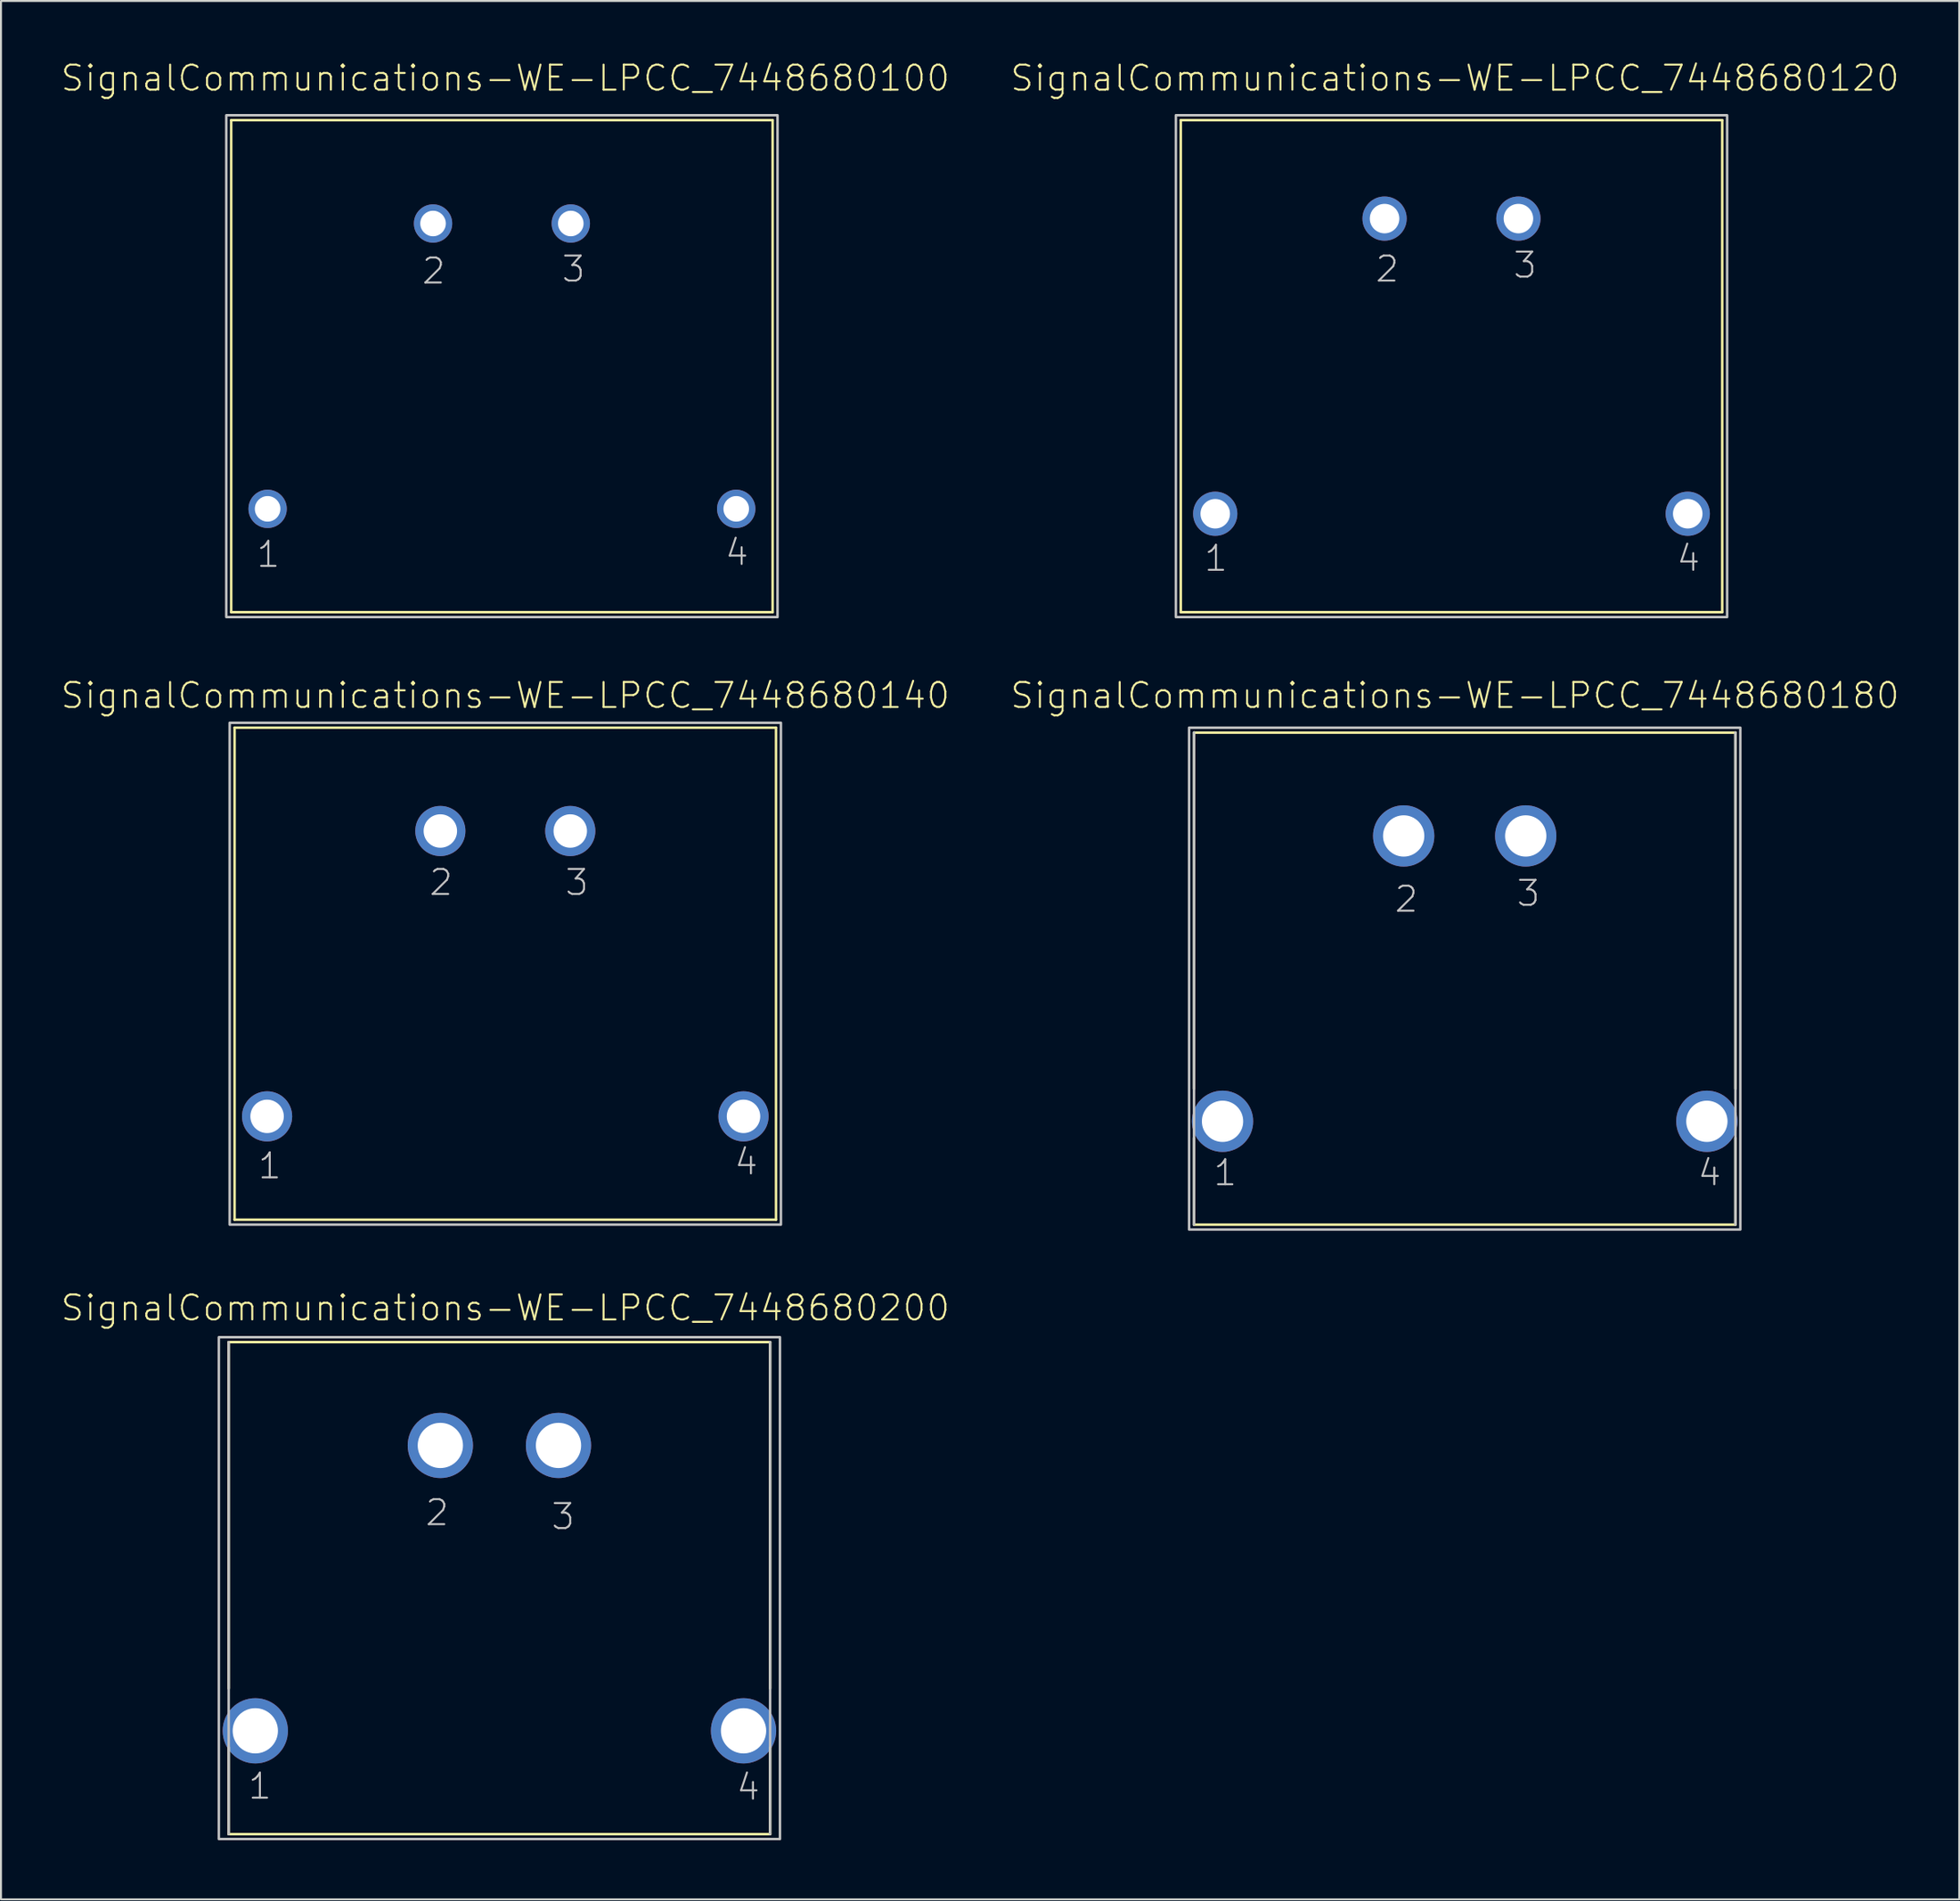
<source format=kicad_pcb>
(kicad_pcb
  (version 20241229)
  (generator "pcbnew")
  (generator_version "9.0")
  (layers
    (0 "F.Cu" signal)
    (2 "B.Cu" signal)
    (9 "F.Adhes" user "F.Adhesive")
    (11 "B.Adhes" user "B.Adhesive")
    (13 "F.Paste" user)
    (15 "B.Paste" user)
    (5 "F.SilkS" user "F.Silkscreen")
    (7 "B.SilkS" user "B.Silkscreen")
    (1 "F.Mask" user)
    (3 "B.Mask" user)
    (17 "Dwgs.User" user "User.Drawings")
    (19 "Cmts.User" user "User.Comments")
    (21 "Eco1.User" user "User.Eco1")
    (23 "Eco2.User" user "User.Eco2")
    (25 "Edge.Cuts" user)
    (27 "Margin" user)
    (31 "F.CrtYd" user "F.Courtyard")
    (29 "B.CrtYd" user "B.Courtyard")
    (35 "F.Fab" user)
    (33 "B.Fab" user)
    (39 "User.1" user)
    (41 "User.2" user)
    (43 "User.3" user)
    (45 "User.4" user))
  (footprint "SignalCommunications-WE-LPCC_7448680100"
    (layer "F.Cu")
    (at 22.441 15.554)
    (property "Reference" "SignalCommunications-WE-LPCC_7448680100" (at 0.173 -14.633 0) (layer "F.SilkS") (effects (font (size 1.27 1.27) (thickness 0.102))))
    (attr exclude_from_pos_files exclude_from_bom)
    (fp_line (start -13.749 -12.499) (end 13.749 -12.499) (stroke (width 0.127) (type solid)) (layer "F.SilkS"))
    (fp_line (start -13.749 12.499) (end -13.749 -12.499) (stroke (width 0.127) (type solid)) (layer "F.SilkS"))
    (fp_line (start 13.749 -12.499) (end 13.749 12.499) (stroke (width 0.127) (type solid)) (layer "F.SilkS"))
    (fp_line (start 13.749 12.499) (end -13.749 12.499) (stroke (width 0.127) (type solid)) (layer "F.SilkS"))
    (fp_poly (pts (xy -13.998 -12.748) (xy 13.998 -12.748) (xy 13.998 12.748) (xy -13.998 12.748) (xy -13.998 -12.748)) (stroke (width 0.127) (type solid)) (fill no) (layer "Dwgs.User"))
    (fp_text user "1" (at -11.864 9.563 0) (layer "Dwgs.User") (effects (font (size 1.27 1.27) (thickness 0.102))))
    (fp_text user "2" (at -3.465 -4.834 0) (layer "Dwgs.User") (effects (font (size 1.27 1.27) (thickness 0.102))))
    (fp_text user "3" (at 3.635 -4.933 0) (layer "Dwgs.User") (effects (font (size 1.27 1.27) (thickness 0.102))))
    (fp_text user "4" (at 11.933 9.464 0) (layer "Dwgs.User") (effects (font (size 1.27 1.27) (thickness 0.102))))
    (pad "1" thru_hole circle (at -11.9 7.249) (size 1.948 1.948) (drill 1.298) (layers "*.Cu" "*.Paste" "*.Mask"))
    (pad "2" thru_hole circle (at -3.498 -7.249) (size 1.948 1.948) (drill 1.298) (layers "*.Cu" "*.Paste" "*.Mask"))
    (pad "3" thru_hole circle (at 3.498 -7.249) (size 1.948 1.948) (drill 1.298) (layers "*.Cu" "*.Paste" "*.Mask"))
    (pad "4" thru_hole circle (at 11.9 7.249) (size 1.948 1.948) (drill 1.298) (layers "*.Cu" "*.Paste" "*.Mask")))
  (footprint "SignalCommunications-WE-LPCC_7448680180"
    (layer "F.Cu")
    (at 71.338 46.671)
    (property "Reference" "SignalCommunications-WE-LPCC_7448680180" (at -0.498 -14.384 0) (layer "F.SilkS") (effects (font (size 1.27 1.27) (thickness 0.102))))
    (attr exclude_from_pos_files exclude_from_bom)
    (fp_line (start -13.749 -12.499) (end -13.749 5.598) (stroke (width 0.127) (type solid)) (layer "F.SilkS"))
    (fp_line (start -13.749 -12.499) (end 13.749 -12.499) (stroke (width 0.127) (type solid)) (layer "F.SilkS"))
    (fp_line (start -13.749 8.098) (end -13.749 12.499) (stroke (width 0.127) (type solid)) (layer "F.SilkS"))
    (fp_line (start 13.749 -12.499) (end 13.749 5.598) (stroke (width 0.127) (type solid)) (layer "F.SilkS"))
    (fp_line (start 13.749 8.098) (end 13.749 12.499) (stroke (width 0.127) (type solid)) (layer "F.SilkS"))
    (fp_line (start 13.749 12.499) (end -13.749 12.499) (stroke (width 0.127) (type solid)) (layer "F.SilkS"))
    (fp_line (start -13.749 12.499) (end -13.749 -12.499) (stroke (width 0.127) (type solid)) (layer "Dwgs.User"))
    (fp_line (start 13.749 -12.499) (end 13.749 12.499) (stroke (width 0.127) (type solid)) (layer "Dwgs.User"))
    (fp_poly (pts (xy -13.998 -12.748) (xy 13.998 -12.748) (xy 13.998 12.748) (xy -13.998 12.748) (xy -13.998 -12.748)) (stroke (width 0.127) (type solid)) (fill no) (layer "Dwgs.User"))
    (fp_text user "1" (at -12.164 9.863 0) (layer "Dwgs.User") (effects (font (size 1.27 1.27) (thickness 0.102))))
    (fp_text user "2" (at -2.964 -4.034 0) (layer "Dwgs.User") (effects (font (size 1.27 1.27) (thickness 0.102))))
    (fp_text user "4" (at 12.433 9.863 0) (layer "Dwgs.User") (effects (font (size 1.27 1.27) (thickness 0.102))))
    (fp_text user "3" (at 3.233 -4.333 0) (layer "Dwgs.User") (effects (font (size 1.27 1.27) (thickness 0.102))))
    (pad "1" thru_hole circle (at -12.299 7.249) (size 3.114 3.114) (drill 2.098) (layers "*.Cu" "*.Paste" "*.Mask"))
    (pad "2" thru_hole circle (at -3.099 -7.249) (size 3.114 3.114) (drill 2.098) (layers "*.Cu" "*.Paste" "*.Mask"))
    (pad "3" thru_hole circle (at 3.099 -7.249) (size 3.114 3.114) (drill 2.098) (layers "*.Cu" "*.Paste" "*.Mask"))
    (pad "4" thru_hole circle (at 12.299 7.249) (size 3.114 3.114) (drill 2.098) (layers "*.Cu" "*.Paste" "*.Mask")))
  (footprint "SignalCommunications-WE-LPCC_7448680120"
    (layer "F.Cu")
    (at 70.667 15.554)
    (property "Reference" "SignalCommunications-WE-LPCC_7448680120" (at 0.173 -14.633 0) (layer "F.SilkS") (effects (font (size 1.27 1.27) (thickness 0.102))))
    (attr exclude_from_pos_files exclude_from_bom)
    (fp_line (start -13.749 -12.499) (end 13.749 -12.499) (stroke (width 0.127) (type solid)) (layer "F.SilkS"))
    (fp_line (start -13.749 12.499) (end -13.749 -12.499) (stroke (width 0.127) (type solid)) (layer "F.SilkS"))
    (fp_line (start 13.749 -12.499) (end 13.749 12.499) (stroke (width 0.127) (type solid)) (layer "F.SilkS"))
    (fp_line (start 13.749 12.499) (end -13.749 12.499) (stroke (width 0.127) (type solid)) (layer "F.SilkS"))
    (fp_poly (pts (xy -13.998 -12.748) (xy 13.998 -12.748) (xy 13.998 12.748) (xy -13.998 12.748) (xy -13.998 -12.748)) (stroke (width 0.127) (type solid)) (fill no) (layer "Dwgs.User"))
    (fp_text user "4" (at 12.035 9.764 0) (layer "Dwgs.User") (effects (font (size 1.27 1.27) (thickness 0.102))))
    (fp_text user "1" (at -11.963 9.764 0) (layer "Dwgs.User") (effects (font (size 1.27 1.27) (thickness 0.102))))
    (fp_text user "2" (at -3.264 -4.933 0) (layer "Dwgs.User") (effects (font (size 1.27 1.27) (thickness 0.102))))
    (fp_text user "3" (at 3.734 -5.133 0) (layer "Dwgs.User") (effects (font (size 1.27 1.27) (thickness 0.102))))
    (pad "1" thru_hole circle (at -11.999 7.498) (size 2.248 2.248) (drill 1.499) (layers "*.Cu" "*.Paste" "*.Mask"))
    (pad "2" thru_hole circle (at -3.399 -7.498) (size 2.248 2.248) (drill 1.499) (layers "*.Cu" "*.Paste" "*.Mask"))
    (pad "3" thru_hole circle (at 3.399 -7.498) (size 2.248 2.248) (drill 1.499) (layers "*.Cu" "*.Paste" "*.Mask"))
    (pad "4" thru_hole circle (at 11.999 7.498) (size 2.248 2.248) (drill 1.499) (layers "*.Cu" "*.Paste" "*.Mask")))
  (footprint "SignalCommunications-WE-LPCC_7448680140"
    (layer "F.Cu")
    (at 22.613 46.42)
    (property "Reference" "SignalCommunications-WE-LPCC_7448680140" (at 0 -14.133 0) (layer "F.SilkS") (effects (font (size 1.27 1.27) (thickness 0.102))))
    (attr exclude_from_pos_files exclude_from_bom)
    (fp_line (start -13.749 -12.499) (end 13.749 -12.499) (stroke (width 0.127) (type solid)) (layer "F.SilkS"))
    (fp_line (start -13.749 12.499) (end -13.749 -12.499) (stroke (width 0.127) (type solid)) (layer "F.SilkS"))
    (fp_line (start 13.749 -12.499) (end 13.749 12.499) (stroke (width 0.127) (type solid)) (layer "F.SilkS"))
    (fp_line (start 13.749 12.499) (end -13.749 12.499) (stroke (width 0.127) (type solid)) (layer "F.SilkS"))
    (fp_poly (pts (xy -13.998 -12.748) (xy 13.998 -12.748) (xy 13.998 12.748) (xy -13.998 12.748) (xy -13.998 -12.748)) (stroke (width 0.127) (type solid)) (fill no) (layer "Dwgs.User"))
    (fp_text user "2" (at -3.264 -4.633 0) (layer "Dwgs.User") (effects (font (size 1.27 1.27) (thickness 0.102))))
    (fp_text user "3" (at 3.635 -4.633 0) (layer "Dwgs.User") (effects (font (size 1.27 1.27) (thickness 0.102))))
    (fp_text user "1" (at -11.963 9.764 0) (layer "Dwgs.User") (effects (font (size 1.27 1.27) (thickness 0.102))))
    (fp_text user "4" (at 12.233 9.563 0) (layer "Dwgs.User") (effects (font (size 1.27 1.27) (thickness 0.102))))
    (pad "1" thru_hole circle (at -12.098 7.249) (size 2.548 2.548) (drill 1.699) (layers "*.Cu" "*.Paste" "*.Mask"))
    (pad "2" thru_hole circle (at -3.299 -7.249) (size 2.548 2.548) (drill 1.699) (layers "*.Cu" "*.Paste" "*.Mask"))
    (pad "3" thru_hole circle (at 3.299 -7.249) (size 2.548 2.548) (drill 1.699) (layers "*.Cu" "*.Paste" "*.Mask"))
    (pad "4" thru_hole circle (at 12.098 7.249) (size 2.548 2.548) (drill 1.699) (layers "*.Cu" "*.Paste" "*.Mask")))
  (footprint "SignalCommunications-WE-LPCC_7448680200"
    (layer "F.Cu")
    (at 22.314 77.638)
    (property "Reference" "SignalCommunications-WE-LPCC_7448680200" (at 0.3 -14.234 0) (layer "F.SilkS") (effects (font (size 1.27 1.27) (thickness 0.102))))
    (attr exclude_from_pos_files exclude_from_bom)
    (fp_line (start -13.749 -12.499) (end -13.749 5.098) (stroke (width 0.127) (type solid)) (layer "F.SilkS"))
    (fp_line (start -13.749 -12.499) (end 13.749 -12.499) (stroke (width 0.127) (type solid)) (layer "F.SilkS"))
    (fp_line (start -13.749 8.098) (end -13.749 12.499) (stroke (width 0.127) (type solid)) (layer "F.SilkS"))
    (fp_line (start 13.749 -12.499) (end 13.749 5.098) (stroke (width 0.127) (type solid)) (layer "F.SilkS"))
    (fp_line (start 13.749 8.098) (end 13.749 12.499) (stroke (width 0.127) (type solid)) (layer "F.SilkS"))
    (fp_line (start 13.749 12.499) (end -13.749 12.499) (stroke (width 0.127) (type solid)) (layer "F.SilkS"))
    (fp_line (start -13.749 12.499) (end -13.749 -12.499) (stroke (width 0.127) (type solid)) (layer "Dwgs.User"))
    (fp_line (start 13.749 -12.499) (end 13.749 12.499) (stroke (width 0.127) (type solid)) (layer "Dwgs.User"))
    (fp_poly (pts (xy -14.249 -12.748) (xy 14.249 -12.748) (xy 14.249 12.748) (xy -14.249 12.748) (xy -14.249 -12.748)) (stroke (width 0.127) (type solid)) (fill no) (layer "Dwgs.User"))
    (fp_text user "3" (at 3.233 -3.635 0) (layer "Dwgs.User") (effects (font (size 1.27 1.27) (thickness 0.102))))
    (fp_text user "2" (at -3.165 -3.833 0) (layer "Dwgs.User") (effects (font (size 1.27 1.27) (thickness 0.102))))
    (fp_text user "4" (at 12.634 10.114 0) (layer "Dwgs.User") (effects (font (size 1.27 1.27) (thickness 0.102))))
    (fp_text user "1" (at -12.164 10.063 0) (layer "Dwgs.User") (effects (font (size 1.27 1.27) (thickness 0.102))))
    (pad "1" thru_hole circle (at -12.398 7.249) (size 3.315 3.315) (drill 2.299) (layers "*.Cu" "*.Paste" "*.Mask"))
    (pad "2" thru_hole circle (at -3 -7.249) (size 3.315 3.315) (drill 2.299) (layers "*.Cu" "*.Paste" "*.Mask"))
    (pad "3" thru_hole circle (at 3 -7.249) (size 3.315 3.315) (drill 2.299) (layers "*.Cu" "*.Paste" "*.Mask"))
    (pad "4" thru_hole circle (at 12.398 7.249) (size 3.315 3.315) (drill 2.299) (layers "*.Cu" "*.Paste" "*.Mask")))
  (gr_rect
    (start -3 -3)
    (end 96.453 93.45)
    (stroke (width 0.1) (type default))
    (fill no)
    (layer "Edge.Cuts")))
</source>
